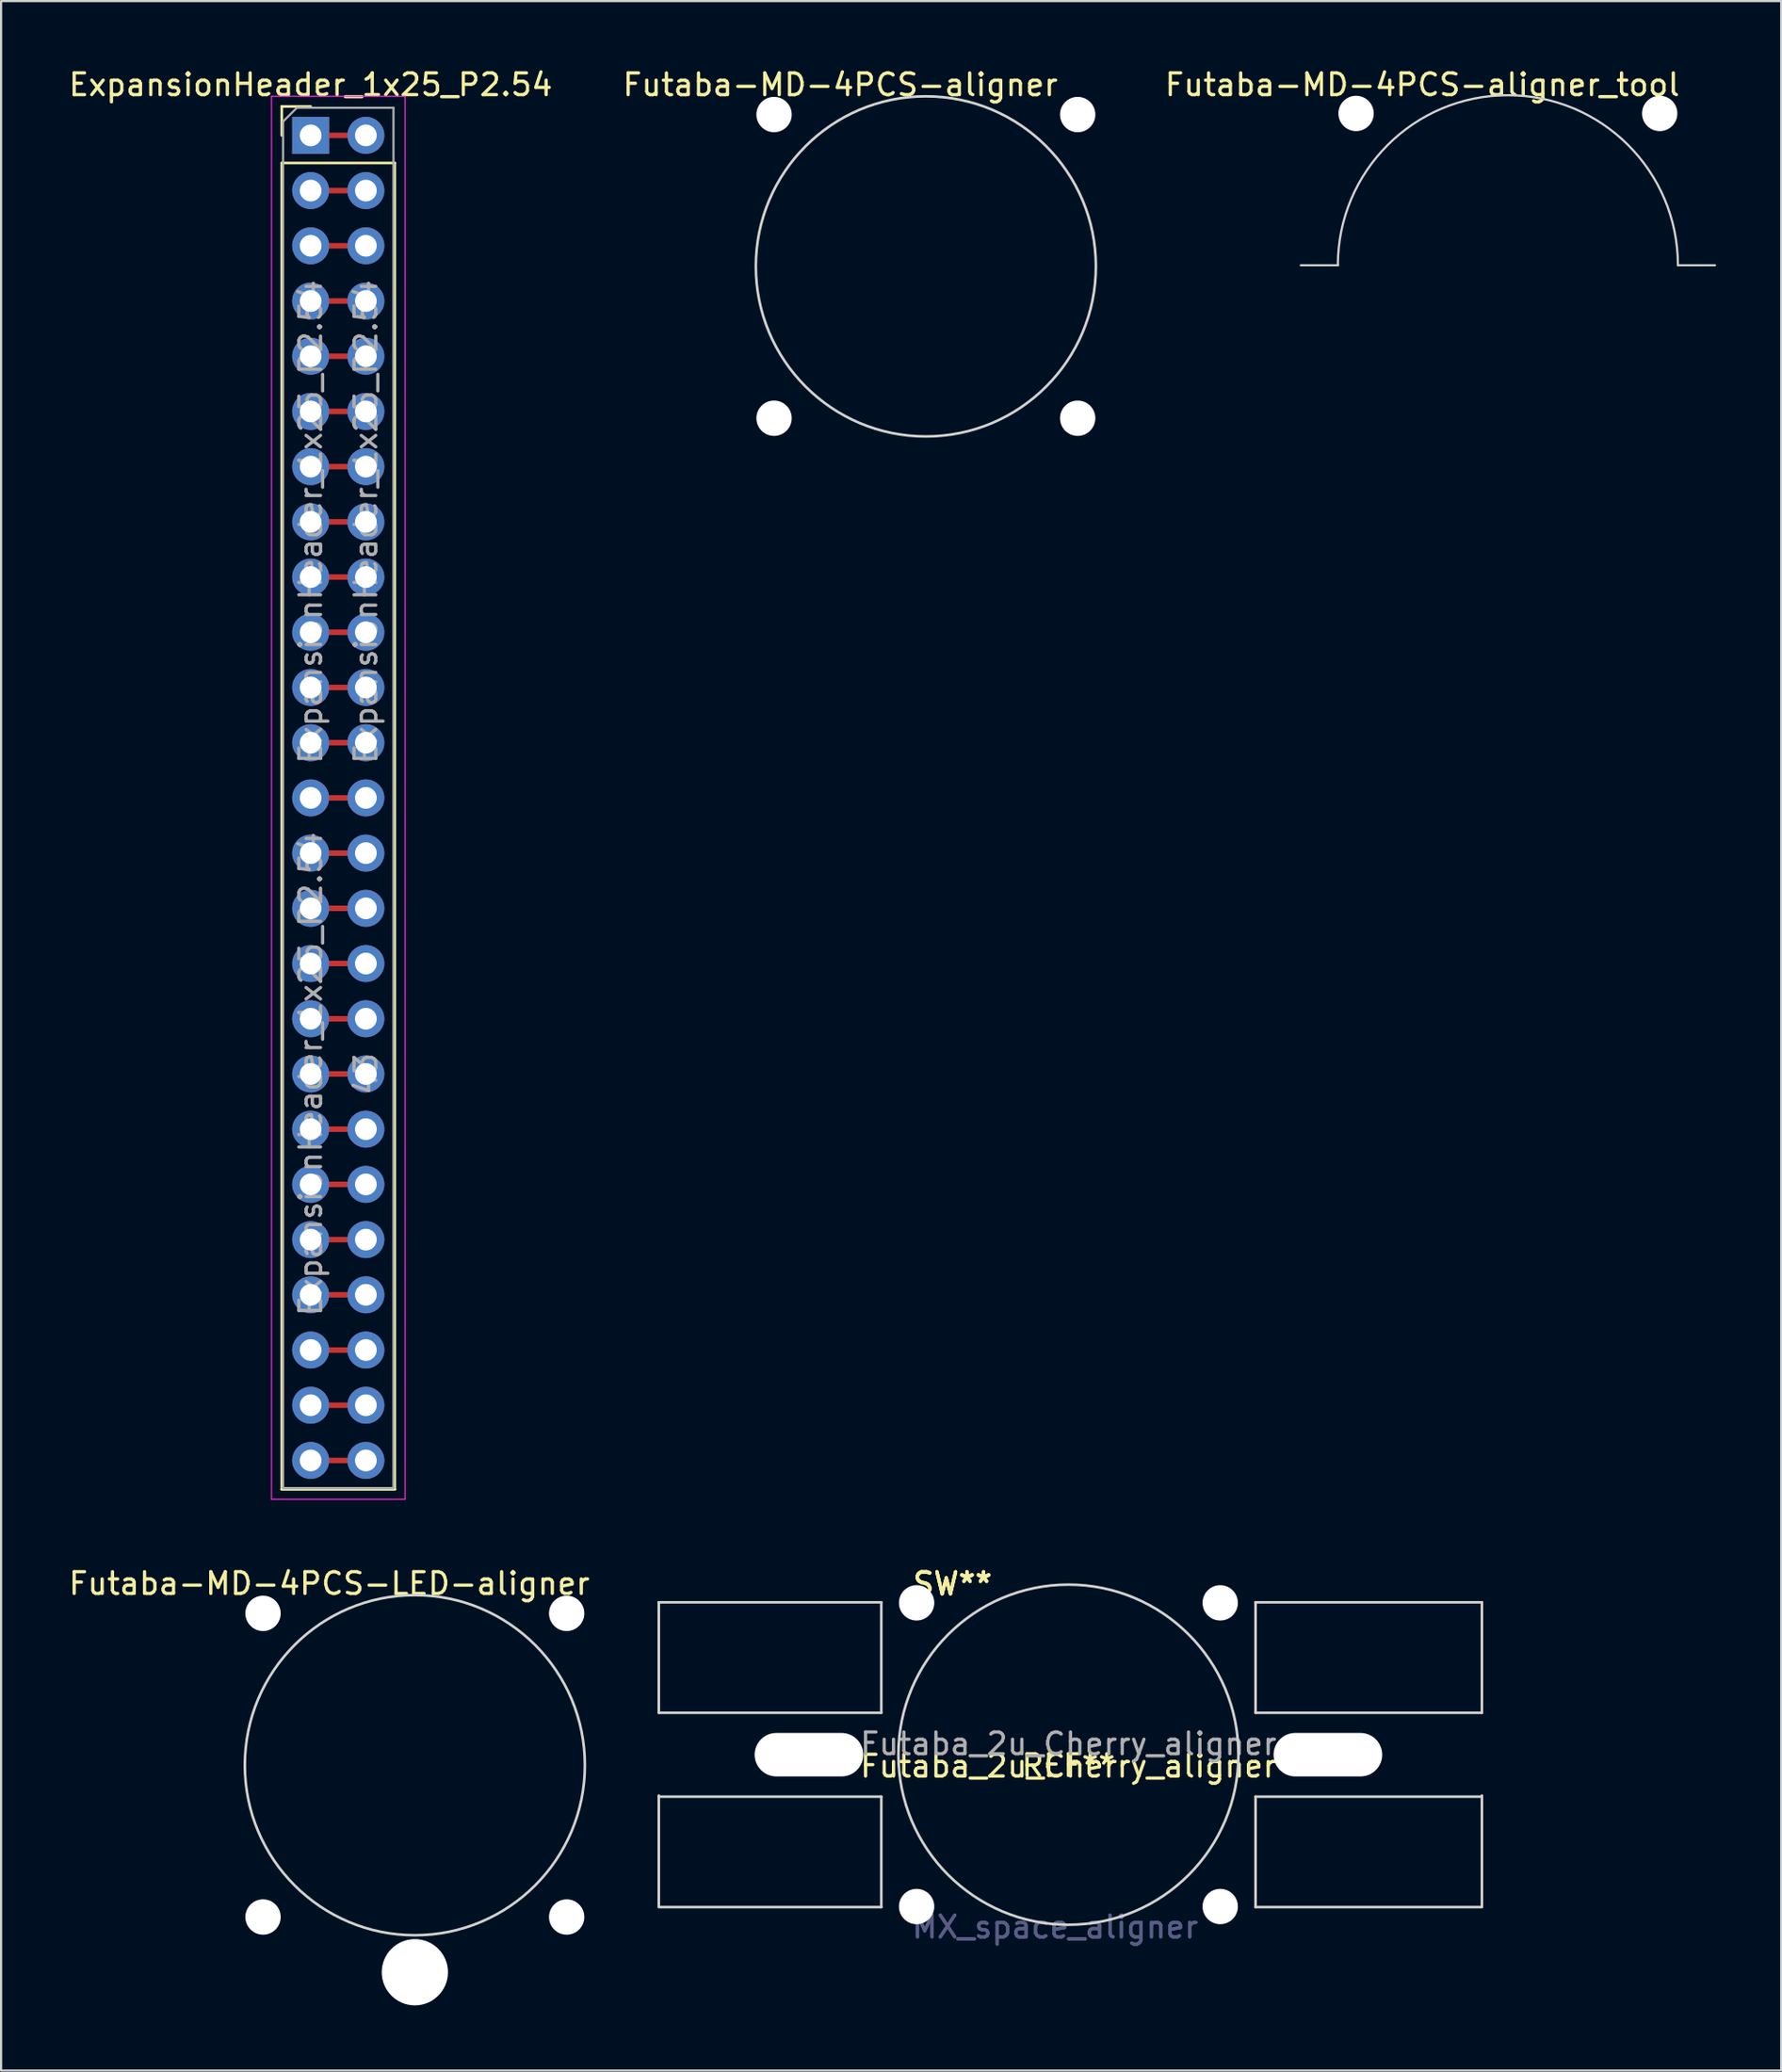
<source format=kicad_pcb>
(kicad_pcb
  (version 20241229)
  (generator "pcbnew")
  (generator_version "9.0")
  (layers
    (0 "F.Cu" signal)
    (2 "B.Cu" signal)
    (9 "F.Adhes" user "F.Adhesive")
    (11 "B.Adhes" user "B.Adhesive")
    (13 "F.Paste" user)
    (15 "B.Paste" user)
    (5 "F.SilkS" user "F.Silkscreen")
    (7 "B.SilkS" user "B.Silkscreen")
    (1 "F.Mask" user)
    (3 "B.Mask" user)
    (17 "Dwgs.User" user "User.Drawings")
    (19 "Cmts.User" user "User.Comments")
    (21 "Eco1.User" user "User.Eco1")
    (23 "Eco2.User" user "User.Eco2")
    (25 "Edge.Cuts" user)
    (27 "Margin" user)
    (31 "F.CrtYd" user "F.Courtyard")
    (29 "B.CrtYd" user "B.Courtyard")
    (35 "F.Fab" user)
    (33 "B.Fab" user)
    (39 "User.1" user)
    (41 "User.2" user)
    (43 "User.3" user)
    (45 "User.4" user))
  (footprint "Futaba-MD-4PCS-aligner_tool"
    (layer "F.Cu")
    (at 66.329 9.154)
    (property "Reference" "Futaba-MD-4PCS-aligner_tool" (at -3.937 -8.306 0) (layer "F.SilkS") (effects (font (size 1 1) (thickness 0.15))))
    (attr through_hole)
    (fp_line (start -7.823 0) (end -9.525 0) (stroke (width 0.102) (type solid)) (layer "Edge.Cuts"))
    (fp_line (start 7.823 0) (end 9.525 0) (stroke (width 0.102) (type solid)) (layer "Edge.Cuts"))
    (fp_arc (start -7.8232 0) (mid 0 -7.8232) (end 7.8232 0) (stroke (width 0.1016) (type solid)) (layer "Edge.Cuts"))
    (pad "" np_thru_hole circle (at -6.985 -6.985) (size 1.626 1.626) (drill 1.626) (layers "*.Cu" "*.Mask"))
    (pad "" np_thru_hole circle (at 6.985 -6.985) (size 1.626 1.626) (drill 1.626) (layers "*.Cu" "*.Mask")))
  (footprint "Futaba-MD-4PCS-LED-aligner"
    (layer "F.Cu")
    (at 16.038 78.158)
    (property "Reference" "Futaba-MD-4PCS-LED-aligner" (at -3.937 -8.357 0) (layer "F.SilkS") (effects (font (size 1 1) (thickness 0.15))))
    (attr through_hole)
    (fp_circle (center 0 0) (end 7.823 0) (stroke (width 0.12) (type solid)) (fill no) (layer "Edge.Cuts"))
    (pad "" np_thru_hole circle (at -6.985 -6.985) (size 1.626 1.626) (drill 1.626) (layers "*.Cu" "*.Mask"))
    (pad "" np_thru_hole circle (at -6.985 6.985) (size 1.626 1.626) (drill 1.626) (layers "*.Cu" "*.Mask"))
    (pad "" np_thru_hole circle (at 0 9.525) (size 3.048 3.048) (drill 3.048) (layers "*.Cu" "*.Mask"))
    (pad "" np_thru_hole circle (at 6.985 -6.985) (size 1.626 1.626) (drill 1.626) (layers "*.Cu" "*.Mask"))
    (pad "" np_thru_hole circle (at 6.985 6.985) (size 1.626 1.626) (drill 1.626) (layers "*.Cu" "*.Mask")))
  (footprint "Futaba_2u_Cherry_aligner"
    (layer "F.Cu")
    (at 46.109 77.726)
    (property "Reference" "Futaba_2u_Cherry_aligner" (at 0 0.475 0) (layer "F.SilkS") (effects (font (size 1 1) (thickness 0.15))))
    (attr through_hole)
    (fp_line (start -18.847 -7.061) (end -18.847 -1.981) (stroke (width 0.12) (type solid)) (layer "Edge.Cuts"))
    (fp_line (start -18.847 -7.061) (end -8.611 -7.061) (stroke (width 0.12) (type solid)) (layer "Edge.Cuts"))
    (fp_line (start -18.847 -1.981) (end -8.611 -1.981) (stroke (width 0.12) (type solid)) (layer "Edge.Cuts"))
    (fp_line (start -18.847 1.829) (end -18.847 6.909) (stroke (width 0.12) (type solid)) (layer "Edge.Cuts"))
    (fp_line (start -18.847 1.88) (end -8.611 1.88) (stroke (width 0.12) (type solid)) (layer "Edge.Cuts"))
    (fp_line (start -18.847 6.96) (end -8.611 6.96) (stroke (width 0.12) (type solid)) (layer "Edge.Cuts"))
    (fp_line (start -8.611 -7.061) (end -8.611 -1.981) (stroke (width 0.12) (type solid)) (layer "Edge.Cuts"))
    (fp_line (start -8.611 1.88) (end -8.611 6.96) (stroke (width 0.12) (type solid)) (layer "Edge.Cuts"))
    (fp_line (start 8.611 -7.061) (end 8.611 -1.981) (stroke (width 0.12) (type solid)) (layer "Edge.Cuts"))
    (fp_line (start 8.611 -7.061) (end 19.025 -7.061) (stroke (width 0.12) (type solid)) (layer "Edge.Cuts"))
    (fp_line (start 8.611 -1.981) (end 19.025 -1.981) (stroke (width 0.12) (type solid)) (layer "Edge.Cuts"))
    (fp_line (start 8.611 1.88) (end 19.025 1.88) (stroke (width 0.12) (type solid)) (layer "Edge.Cuts"))
    (fp_line (start 8.611 6.96) (end 8.611 1.88) (stroke (width 0.12) (type solid)) (layer "Edge.Cuts"))
    (fp_line (start 8.611 6.96) (end 19.025 6.96) (stroke (width 0.12) (type solid)) (layer "Edge.Cuts"))
    (fp_line (start 19.025 -7.061) (end 19.025 -1.981) (stroke (width 0.12) (type solid)) (layer "Edge.Cuts"))
    (fp_line (start 19.025 1.829) (end 19.025 6.909) (stroke (width 0.12) (type solid)) (layer "Edge.Cuts"))
    (fp_circle (center 0 -0.051) (end 7.823 -0.051) (stroke (width 0.12) (type solid)) (fill no) (layer "Edge.Cuts"))
    (fp_text user "REF**" (at 0 0.449 0) (layer "F.SilkS") (effects (font (size 1 1) (thickness 0.15))))
    (fp_text user "SW**" (at -5.334 -7.899 0) (layer "F.SilkS") (effects (font (size 1 1) (thickness 0.15))))
    (fp_text user "SW**" (at -5.334 -7.925 0) (layer "F.SilkS") (effects (font (size 1 1) (thickness 0.15))))
    (fp_text user "SW**" (at -5.334 -7.925 0) (layer "F.SilkS") (effects (font (size 1 1) (thickness 0.15))))
    (fp_text user "MX_space_aligner" (at -0.61 7.874 0) (layer "B.Fab") (effects (font (size 1 1) (thickness 0.15))))
    (fp_text user "MX_space_aligner" (at -0.61 7.874 0) (layer "B.Fab") (effects (font (size 1 1) (thickness 0.15))))
    (fp_text user "Futaba_2u_Cherry_aligner" (at 0 -0.551 0) (layer "F.Fab") (effects (font (size 1 1) (thickness 0.15))))
    (pad "" np_thru_hole oval (at -11.938 -0.051) (size 5 2) (drill oval 5 2) (layers "*.Cu" "*.Mask"))
    (pad "" np_thru_hole circle (at -6.985 -7.036) (size 1.626 1.626) (drill 1.626) (layers "*.Cu" "*.Mask"))
    (pad "" np_thru_hole circle (at -6.985 6.934) (size 1.626 1.626) (drill 1.626) (layers "*.Cu" "*.Mask"))
    (pad "" np_thru_hole circle (at 6.985 -7.036) (size 1.626 1.626) (drill 1.626) (layers "*.Cu" "*.Mask"))
    (pad "" np_thru_hole circle (at 6.985 6.934) (size 1.626 1.626) (drill 1.626) (layers "*.Cu" "*.Mask"))
    (pad "" np_thru_hole oval (at 11.938 -0.051) (size 5 2) (drill oval 5 2) (layers "*.Cu" "*.Mask")))
  (footprint "Futaba-MD-4PCS-aligner"
    (layer "F.Cu")
    (at 39.55 9.256)
    (property "Reference" "Futaba-MD-4PCS-aligner" (at -3.937 -8.407 0) (layer "F.SilkS") (effects (font (size 1 1) (thickness 0.15))))
    (attr through_hole)
    (fp_circle (center 0 -0.051) (end 7.823 -0.051) (stroke (width 0.12) (type solid)) (fill no) (layer "Edge.Cuts"))
    (pad "" np_thru_hole circle (at -6.985 -7.036) (size 1.626 1.626) (drill 1.626) (layers "*.Cu" "*.Mask"))
    (pad "" np_thru_hole circle (at -6.985 6.934) (size 1.626 1.626) (drill 1.626) (layers "*.Cu" "*.Mask"))
    (pad "" np_thru_hole circle (at 6.985 -7.036) (size 1.626 1.626) (drill 1.626) (layers "*.Cu" "*.Mask"))
    (pad "" np_thru_hole circle (at 6.985 6.934) (size 1.626 1.626) (drill 1.626) (layers "*.Cu" "*.Mask")))
  (footprint "ExpansionHeader_1x25_P2.54"
    (layer "F.Cu")
    (at 11.244 3.178)
    (property "Reference" "ExpansionHeader_1x25_P2.54" (at 0 -2.33 0) (layer "F.SilkS") (effects (font (size 1 1) (thickness 0.15))))
    (attr through_hole)
    (fp_line (start 0 0) (end 2.54 0) (stroke (width 0.254) (type solid)) (layer "F.Cu"))
    (fp_line (start 0 2.54) (end 2.54 2.54) (stroke (width 0.254) (type solid)) (layer "F.Cu"))
    (fp_line (start 0 5.08) (end 2.54 5.08) (stroke (width 0.254) (type solid)) (layer "F.Cu"))
    (fp_line (start 0 7.62) (end 2.54 7.62) (stroke (width 0.254) (type solid)) (layer "F.Cu"))
    (fp_line (start 0 10.16) (end 2.54 10.16) (stroke (width 0.254) (type solid)) (layer "F.Cu"))
    (fp_line (start 0 12.7) (end 2.54 12.7) (stroke (width 0.254) (type solid)) (layer "F.Cu"))
    (fp_line (start 0 15.24) (end 2.54 15.24) (stroke (width 0.254) (type solid)) (layer "F.Cu"))
    (fp_line (start 0 17.78) (end 2.54 17.78) (stroke (width 0.254) (type solid)) (layer "F.Cu"))
    (fp_line (start 0 20.32) (end 2.54 20.32) (stroke (width 0.254) (type solid)) (layer "F.Cu"))
    (fp_line (start 0 22.86) (end 2.54 22.86) (stroke (width 0.254) (type solid)) (layer "F.Cu"))
    (fp_line (start 0 25.4) (end 2.54 25.4) (stroke (width 0.254) (type solid)) (layer "F.Cu"))
    (fp_line (start 0 27.94) (end 2.54 27.94) (stroke (width 0.254) (type solid)) (layer "F.Cu"))
    (fp_line (start 0 30.48) (end 2.54 30.48) (stroke (width 0.254) (type solid)) (layer "F.Cu"))
    (fp_line (start 0 33.02) (end 2.54 33.02) (stroke (width 0.254) (type solid)) (layer "F.Cu"))
    (fp_line (start 0 35.56) (end 2.54 35.56) (stroke (width 0.254) (type solid)) (layer "F.Cu"))
    (fp_line (start 0 38.1) (end 2.54 38.1) (stroke (width 0.254) (type solid)) (layer "F.Cu"))
    (fp_line (start 0 40.64) (end 2.54 40.64) (stroke (width 0.254) (type solid)) (layer "F.Cu"))
    (fp_line (start 0 43.18) (end 2.54 43.18) (stroke (width 0.254) (type solid)) (layer "F.Cu"))
    (fp_line (start 0 45.72) (end 2.54 45.72) (stroke (width 0.254) (type solid)) (layer "F.Cu"))
    (fp_line (start 0 48.26) (end 2.54 48.26) (stroke (width 0.254) (type solid)) (layer "F.Cu"))
    (fp_line (start 0 50.8) (end 2.54 50.8) (stroke (width 0.254) (type solid)) (layer "F.Cu"))
    (fp_line (start 0 53.34) (end 2.54 53.34) (stroke (width 0.254) (type solid)) (layer "F.Cu"))
    (fp_line (start 0 55.88) (end 2.54 55.88) (stroke (width 0.254) (type solid)) (layer "F.Cu"))
    (fp_line (start 0 58.42) (end 2.54 58.42) (stroke (width 0.254) (type solid)) (layer "F.Cu"))
    (fp_line (start 0 60.96) (end 2.54 60.96) (stroke (width 0.254) (type solid)) (layer "F.Cu"))
    (fp_line (start -1.33 -1.33) (end 0 -1.33) (stroke (width 0.12) (type solid)) (layer "F.SilkS"))
    (fp_line (start -1.33 0) (end -1.33 -1.33) (stroke (width 0.12) (type solid)) (layer "F.SilkS"))
    (fp_line (start -1.33 1.27) (end -1.33 62.29) (stroke (width 0.12) (type solid)) (layer "F.SilkS"))
    (fp_line (start -1.33 1.27) (end 3.87 1.27) (stroke (width 0.12) (type solid)) (layer "F.SilkS"))
    (fp_line (start -1.33 62.29) (end 3.87 62.29) (stroke (width 0.12) (type solid)) (layer "F.SilkS"))
    (fp_line (start -1.33 62.29) (end 3.87 62.29) (stroke (width 0.12) (type solid)) (layer "F.SilkS"))
    (fp_line (start 3.87 1.27) (end 3.87 62.29) (stroke (width 0.12) (type solid)) (layer "F.SilkS"))
    (fp_line (start -1.8 -1.8) (end -1.8 62.75) (stroke (width 0.05) (type solid)) (layer "F.CrtYd"))
    (fp_line (start -1.8 62.75) (end 4.34 62.75) (stroke (width 0.05) (type solid)) (layer "F.CrtYd"))
    (fp_line (start 4.34 -1.8) (end -1.8 -1.8) (stroke (width 0.05) (type solid)) (layer "F.CrtYd"))
    (fp_line (start 4.34 62.75) (end 4.34 -1.8) (stroke (width 0.05) (type solid)) (layer "F.CrtYd"))
    (fp_line (start -1.27 -0.635) (end -0.635 -1.27) (stroke (width 0.1) (type solid)) (layer "F.Fab"))
    (fp_line (start -1.27 62.23) (end -1.27 -0.635) (stroke (width 0.1) (type solid)) (layer "F.Fab"))
    (fp_line (start -0.635 -1.27) (end 3.81 -1.27) (stroke (width 0.1) (type solid)) (layer "F.Fab"))
    (fp_line (start 3.81 -1.27) (end 3.81 62.23) (stroke (width 0.1) (type solid)) (layer "F.Fab"))
    (fp_line (start 3.81 62.23) (end -1.27 62.23) (stroke (width 0.1) (type solid)) (layer "F.Fab"))
    (fp_line (start 3.81 62.23) (end -1.27 62.23) (stroke (width 0.1) (type solid)) (layer "F.Fab"))
    (fp_text user "43" (at 2.54 43.18 90) (layer "F.Fab") (effects (font (size 1 1) (thickness 0.15))))
    (fp_text user "${REFERENCE}" (at 0 17.78 90) (layer "F.Fab") (effects (font (size 1 1) (thickness 0.15))))
    (fp_text user "${REFERENCE}" (at 2.54 17.78 90) (layer "F.Fab") (effects (font (size 1 1) (thickness 0.15))))
    (fp_text user "${REFERENCE}" (at 0 43.18 90) (layer "F.Fab") (effects (font (size 1 1) (thickness 0.15))))
    (pad "1" thru_hole rect (at 0 0) (size 1.7 1.7) (drill 1) (layers "*.Cu" "*.Mask"))
    (pad "2" thru_hole oval (at 0 2.54) (size 1.7 1.7) (drill 1) (layers "*.Cu" "*.Mask"))
    (pad "3" thru_hole oval (at 0 5.08) (size 1.7 1.7) (drill 1) (layers "*.Cu" "*.Mask"))
    (pad "4" thru_hole oval (at 0 7.62) (size 1.7 1.7) (drill 1) (layers "*.Cu" "*.Mask"))
    (pad "5" thru_hole oval (at 0 10.16) (size 1.7 1.7) (drill 1) (layers "*.Cu" "*.Mask"))
    (pad "6" thru_hole oval (at 0 12.7) (size 1.7 1.7) (drill 1) (layers "*.Cu" "*.Mask"))
    (pad "7" thru_hole oval (at 0 15.24) (size 1.7 1.7) (drill 1) (layers "*.Cu" "*.Mask"))
    (pad "8" thru_hole oval (at 0 17.78) (size 1.7 1.7) (drill 1) (layers "*.Cu" "*.Mask"))
    (pad "9" thru_hole oval (at 0 20.32) (size 1.7 1.7) (drill 1) (layers "*.Cu" "*.Mask"))
    (pad "10" thru_hole oval (at 0 22.86) (size 1.7 1.7) (drill 1) (layers "*.Cu" "*.Mask"))
    (pad "11" thru_hole oval (at 0 25.4) (size 1.7 1.7) (drill 1) (layers "*.Cu" "*.Mask"))
    (pad "12" thru_hole oval (at 0 27.94) (size 1.7 1.7) (drill 1) (layers "*.Cu" "*.Mask"))
    (pad "13" thru_hole oval (at 0 30.48) (size 1.7 1.7) (drill 1) (layers "*.Cu" "*.Mask"))
    (pad "14" thru_hole oval (at 0 33.02) (size 1.7 1.7) (drill 1) (layers "*.Cu" "*.Mask"))
    (pad "15" thru_hole oval (at 0 35.56) (size 1.7 1.7) (drill 1) (layers "*.Cu" "*.Mask"))
    (pad "16" thru_hole oval (at 0 38.1) (size 1.7 1.7) (drill 1) (layers "*.Cu" "*.Mask"))
    (pad "17" thru_hole oval (at 0 40.64) (size 1.7 1.7) (drill 1) (layers "*.Cu" "*.Mask"))
    (pad "18" thru_hole oval (at 0 43.18) (size 1.7 1.7) (drill 1) (layers "*.Cu" "*.Mask"))
    (pad "19" thru_hole oval (at 0 45.72) (size 1.7 1.7) (drill 1) (layers "*.Cu" "*.Mask"))
    (pad "20" thru_hole oval (at 0 48.26) (size 1.7 1.7) (drill 1) (layers "*.Cu" "*.Mask"))
    (pad "21" thru_hole oval (at 0 50.8) (size 1.7 1.7) (drill 1) (layers "*.Cu" "*.Mask"))
    (pad "22" thru_hole oval (at 0 53.34) (size 1.7 1.7) (drill 1) (layers "*.Cu" "*.Mask"))
    (pad "23" thru_hole oval (at 0 55.88) (size 1.7 1.7) (drill 1) (layers "*.Cu" "*.Mask"))
    (pad "24" thru_hole oval (at 0 58.42) (size 1.7 1.7) (drill 1) (layers "*.Cu" "*.Mask"))
    (pad "25" thru_hole oval (at 0 60.96) (size 1.7 1.7) (drill 1) (layers "*.Cu" "*.Mask"))
    (pad "26" thru_hole circle (at 2.54 0) (size 1.7 1.7) (drill 1) (layers "*.Cu" "*.Mask"))
    (pad "27" thru_hole oval (at 2.54 2.54) (size 1.7 1.7) (drill 1) (layers "*.Cu" "*.Mask"))
    (pad "28" thru_hole oval (at 2.54 5.08) (size 1.7 1.7) (drill 1) (layers "*.Cu" "*.Mask"))
    (pad "29" thru_hole oval (at 2.54 7.62) (size 1.7 1.7) (drill 1) (layers "*.Cu" "*.Mask"))
    (pad "30" thru_hole oval (at 2.54 10.16) (size 1.7 1.7) (drill 1) (layers "*.Cu" "*.Mask"))
    (pad "31" thru_hole oval (at 2.54 12.7) (size 1.7 1.7) (drill 1) (layers "*.Cu" "*.Mask"))
    (pad "32" thru_hole oval (at 2.54 15.24) (size 1.7 1.7) (drill 1) (layers "*.Cu" "*.Mask"))
    (pad "33" thru_hole oval (at 2.54 17.78) (size 1.7 1.7) (drill 1) (layers "*.Cu" "*.Mask"))
    (pad "34" thru_hole oval (at 2.54 20.32) (size 1.7 1.7) (drill 1) (layers "*.Cu" "*.Mask"))
    (pad "35" thru_hole oval (at 2.54 22.86) (size 1.7 1.7) (drill 1) (layers "*.Cu" "*.Mask"))
    (pad "36" thru_hole oval (at 2.54 25.4) (size 1.7 1.7) (drill 1) (layers "*.Cu" "*.Mask"))
    (pad "37" thru_hole oval (at 2.54 27.94) (size 1.7 1.7) (drill 1) (layers "*.Cu" "*.Mask"))
    (pad "38" thru_hole oval (at 2.54 30.48) (size 1.7 1.7) (drill 1) (layers "*.Cu" "*.Mask"))
    (pad "39" thru_hole oval (at 2.54 33.02) (size 1.7 1.7) (drill 1) (layers "*.Cu" "*.Mask"))
    (pad "40" thru_hole oval (at 2.54 35.56) (size 1.7 1.7) (drill 1) (layers "*.Cu" "*.Mask"))
    (pad "41" thru_hole oval (at 2.54 38.1) (size 1.7 1.7) (drill 1) (layers "*.Cu" "*.Mask"))
    (pad "42" thru_hole oval (at 2.54 40.64) (size 1.7 1.7) (drill 1) (layers "*.Cu" "*.Mask"))
    (pad "43" thru_hole oval (at 2.54 43.18) (size 1.7 1.7) (drill 1) (layers "*.Cu" "*.Mask"))
    (pad "44" thru_hole oval (at 2.54 45.72) (size 1.7 1.7) (drill 1) (layers "*.Cu" "*.Mask"))
    (pad "45" thru_hole oval (at 2.54 48.26) (size 1.7 1.7) (drill 1) (layers "*.Cu" "*.Mask"))
    (pad "46" thru_hole oval (at 2.54 50.8) (size 1.7 1.7) (drill 1) (layers "*.Cu" "*.Mask"))
    (pad "47" thru_hole oval (at 2.54 53.34) (size 1.7 1.7) (drill 1) (layers "*.Cu" "*.Mask"))
    (pad "48" thru_hole oval (at 2.54 55.88) (size 1.7 1.7) (drill 1) (layers "*.Cu" "*.Mask"))
    (pad "49" thru_hole oval (at 2.54 58.42) (size 1.7 1.7) (drill 1) (layers "*.Cu" "*.Mask"))
    (pad "50" thru_hole oval (at 2.54 60.96) (size 1.7 1.7) (drill 1) (layers "*.Cu" "*.Mask")))
  (gr_rect
    (start -3 -3)
    (end 78.904 92.207)
    (stroke (width 0.1) (type default))
    (fill no)
    (layer "Edge.Cuts")))
</source>
